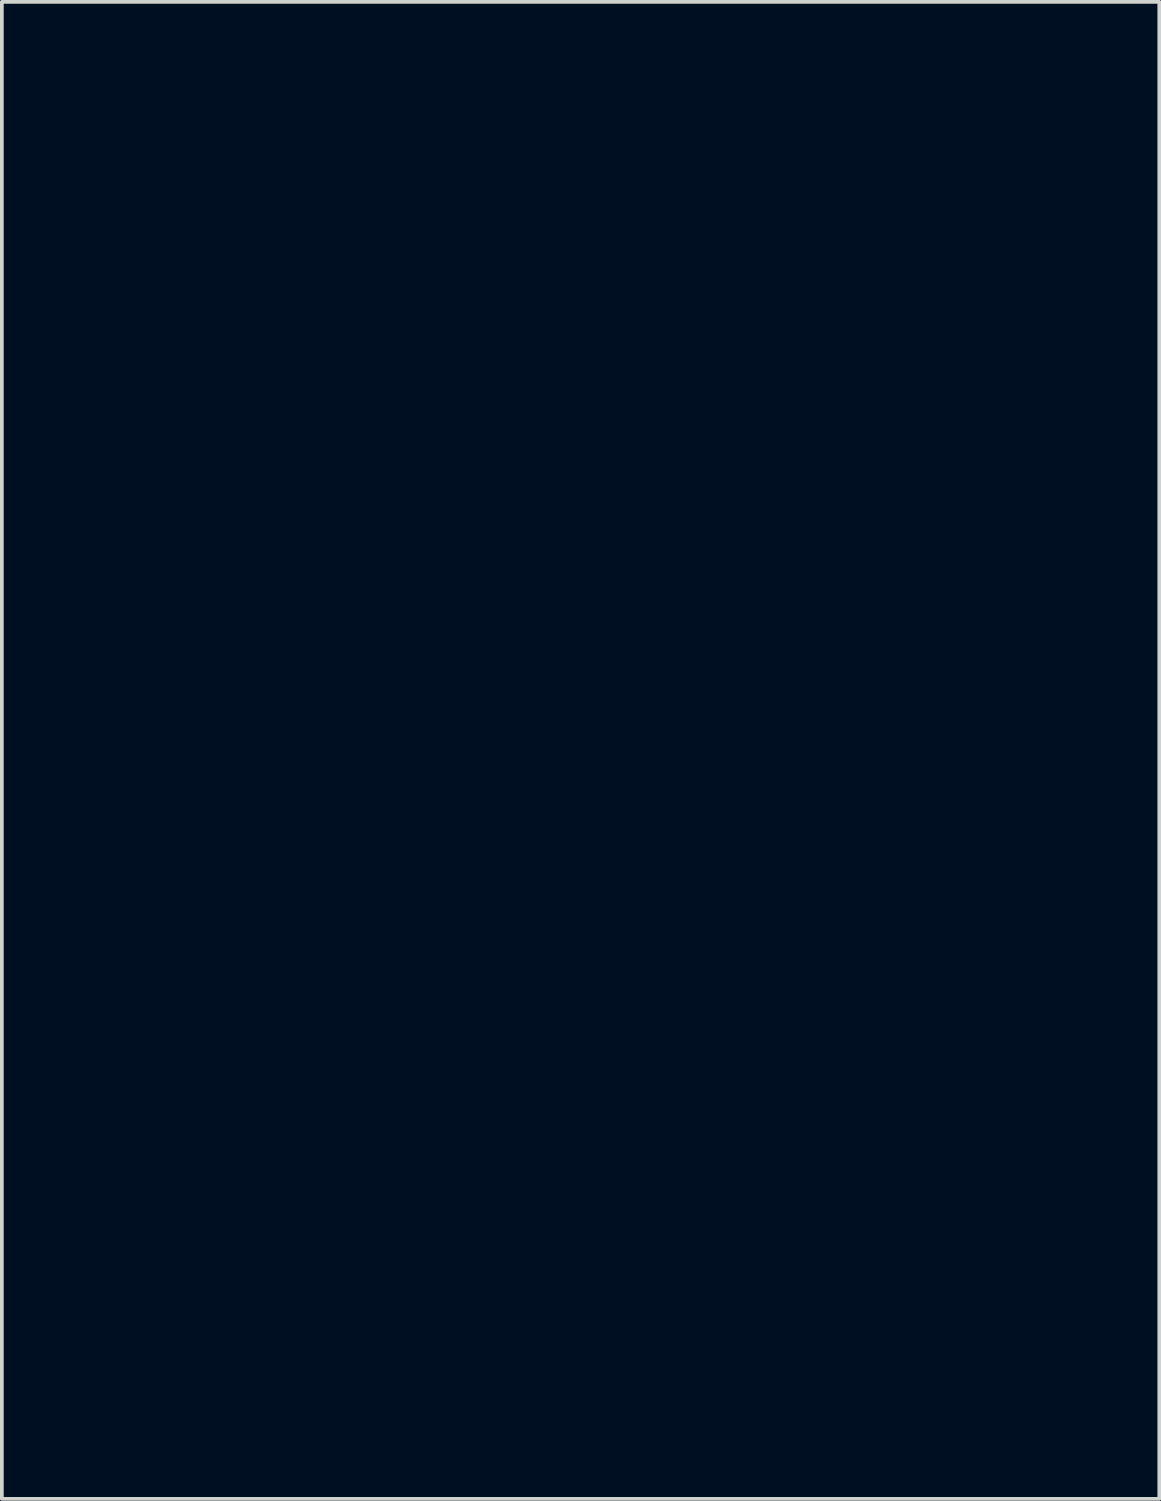
<source format=kicad_pcb>
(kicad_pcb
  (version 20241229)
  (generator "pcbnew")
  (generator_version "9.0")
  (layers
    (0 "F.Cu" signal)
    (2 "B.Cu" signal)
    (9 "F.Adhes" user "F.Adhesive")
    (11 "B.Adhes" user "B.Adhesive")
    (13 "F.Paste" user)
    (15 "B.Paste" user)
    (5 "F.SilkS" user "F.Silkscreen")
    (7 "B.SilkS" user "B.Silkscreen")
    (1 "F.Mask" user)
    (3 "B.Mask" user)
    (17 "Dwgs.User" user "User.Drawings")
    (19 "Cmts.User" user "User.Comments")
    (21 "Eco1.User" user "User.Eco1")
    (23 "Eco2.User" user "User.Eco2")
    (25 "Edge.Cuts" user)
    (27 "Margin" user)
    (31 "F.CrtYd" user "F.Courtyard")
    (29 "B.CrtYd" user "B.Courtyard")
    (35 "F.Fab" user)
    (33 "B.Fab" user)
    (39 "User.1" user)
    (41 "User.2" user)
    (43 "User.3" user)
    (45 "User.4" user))
  (footprint "key3copperfaceFMask"
    (layer "F.Cu")
    (at 12.598 17.136)
    (property "Reference" "key3copperfaceFMask" (at 0 0 0) (layer "F.Mask") (effects (font (size 1.524 1.524) (thickness 0.3))))
    (attr through_hole)
    (fp_poly (pts (xy 1.217 15.045) (xy 1.457 15.207) (xy 1.646 15.447) (xy 1.697 15.551) (xy 1.74 15.709) (xy 1.779 15.96) (xy 1.81 16.266) (xy 1.825 16.49) (xy 1.86 17.209) (xy 0.318 17.209) (xy 0.318 16.486) (xy 0.335 15.975) (xy 0.39 15.578) (xy 0.486 15.289) (xy 0.626 15.099) (xy 0.812 15.003) (xy 0.957 14.986) (xy 1.217 15.045)) (stroke (width 0.01) (type solid)) (fill yes) (layer "F.Mask"))
    (fp_poly (pts (xy -1.031 15.065) (xy -0.911 15.121) (xy -0.792 15.262) (xy -0.703 15.469) (xy -0.641 15.76) (xy -0.6 16.151) (xy -0.586 16.431) (xy -0.554 17.209) (xy -1.341 17.209) (xy -2.127 17.209) (xy -2.106 16.367) (xy -2.092 15.974) (xy -2.068 15.686) (xy -2.026 15.482) (xy -1.96 15.339) (xy -1.862 15.236) (xy -1.726 15.151) (xy -1.709 15.142) (xy -1.49 15.067) (xy -1.247 15.041) (xy -1.031 15.065)) (stroke (width 0.01) (type solid)) (fill yes) (layer "F.Mask"))
    (fp_poly (pts (xy -2.911 14.804) (xy -2.814 14.837) (xy -2.767 14.917) (xy -2.755 14.96) (xy -2.738 15.127) (xy -2.742 15.378) (xy -2.763 15.682) (xy -2.797 16.008) (xy -2.842 16.327) (xy -2.893 16.609) (xy -2.947 16.824) (xy -2.998 16.939) (xy -3.129 17.005) (xy -3.329 16.997) (xy -3.478 16.952) (xy -3.6 16.868) (xy -3.685 16.718) (xy -3.739 16.486) (xy -3.766 16.156) (xy -3.771 15.907) (xy -3.759 15.498) (xy -3.712 15.198) (xy -3.621 14.993) (xy -3.477 14.868) (xy -3.271 14.808) (xy -3.097 14.798) (xy -2.911 14.804)) (stroke (width 0.01) (type solid)) (fill yes) (layer "F.Mask"))
    (fp_poly (pts (xy 10.466 2.508) (xy 10.457 2.967) (xy 10.444 3.38) (xy 10.429 3.732) (xy 10.412 4.005) (xy 10.395 4.184) (xy 10.379 4.25) (xy 10.292 4.251) (xy 10.122 4.181) (xy 9.932 4.075) (xy 9.561 3.842) (xy 9.289 3.641) (xy 9.101 3.452) (xy 8.982 3.251) (xy 8.918 3.017) (xy 8.893 2.727) (xy 8.89 2.54) (xy 8.909 2.153) (xy 8.972 1.857) (xy 9.089 1.621) (xy 9.233 1.45) (xy 9.412 1.3) (xy 9.642 1.143) (xy 9.888 1) (xy 10.115 0.889) (xy 10.29 0.83) (xy 10.331 0.826) (xy 10.493 0.826) (xy 10.466 2.508)) (stroke (width 0.01) (type solid)) (fill yes) (layer "F.Mask"))
    (fp_poly (pts (xy 2.786 14.808) (xy 2.876 14.818) (xy 3.081 14.857) (xy 3.24 14.913) (xy 3.289 14.945) (xy 3.342 15.058) (xy 3.392 15.265) (xy 3.432 15.532) (xy 3.46 15.825) (xy 3.471 16.111) (xy 3.462 16.358) (xy 3.456 16.409) (xy 3.374 16.702) (xy 3.225 16.907) (xy 3.021 17.009) (xy 2.928 17.018) (xy 2.784 17.004) (xy 2.709 16.97) (xy 2.65 16.82) (xy 2.593 16.58) (xy 2.541 16.281) (xy 2.498 15.951) (xy 2.466 15.622) (xy 2.449 15.322) (xy 2.451 15.082) (xy 2.474 14.93) (xy 2.481 14.914) (xy 2.539 14.835) (xy 2.628 14.803) (xy 2.786 14.808)) (stroke (width 0.01) (type solid)) (fill yes) (layer "F.Mask"))
    (fp_poly (pts (xy 3.256 0.825) (xy 3.391 0.879) (xy 3.757 1.07) (xy 4.05 1.281) (xy 4.25 1.496) (xy 4.325 1.639) (xy 4.354 1.815) (xy 4.365 2.078) (xy 4.36 2.39) (xy 4.34 2.714) (xy 4.307 3.011) (xy 4.263 3.243) (xy 4.246 3.3) (xy 4.156 3.44) (xy 3.981 3.625) (xy 3.744 3.833) (xy 3.469 4.044) (xy 3.179 4.236) (xy 3.159 4.248) (xy 2.921 4.392) (xy 2.921 3.508) (xy 2.924 3.071) (xy 2.933 2.624) (xy 2.946 2.186) (xy 2.963 1.778) (xy 2.983 1.417) (xy 3.004 1.125) (xy 3.027 0.921) (xy 3.049 0.823) (xy 3.05 0.823) (xy 3.117 0.792) (xy 3.256 0.825)) (stroke (width 0.01) (type solid)) (fill yes) (layer "F.Mask"))
    (fp_poly (pts (xy 9.236 4.283) (xy 9.503 4.463) (xy 9.727 4.626) (xy 9.887 4.756) (xy 9.965 4.839) (xy 9.97 4.852) (xy 9.918 4.921) (xy 9.778 5.034) (xy 9.572 5.174) (xy 9.382 5.29) (xy 8.973 5.529) (xy 8.567 5.761) (xy 8.182 5.978) (xy 7.832 6.171) (xy 7.534 6.333) (xy 7.302 6.453) (xy 7.153 6.525) (xy 7.106 6.54) (xy 7.076 6.49) (xy 7.059 6.333) (xy 7.053 6.064) (xy 7.058 5.675) (xy 7.058 5.658) (xy 7.069 5.28) (xy 7.088 5.002) (xy 7.132 4.799) (xy 7.216 4.642) (xy 7.354 4.505) (xy 7.561 4.363) (xy 7.854 4.188) (xy 7.918 4.15) (xy 8.502 3.806) (xy 9.236 4.283)) (stroke (width 0.01) (type solid)) (fill yes) (layer "F.Mask"))
    (fp_poly (pts (xy -7.097 -1.801) (xy -7.066 -1.718) (xy -7.053 -1.541) (xy -7.056 -1.301) (xy -7.072 -1.027) (xy -7.099 -0.753) (xy -7.136 -0.507) (xy -7.179 -0.322) (xy -7.204 -0.261) (xy -7.319 -0.123) (xy -7.522 0.043) (xy -7.784 0.216) (xy -8.074 0.378) (xy -8.361 0.509) (xy -8.438 0.537) (xy -8.607 0.596) (xy -8.72 0.622) (xy -8.822 0.609) (xy -8.955 0.552) (xy -9.144 0.455) (xy -9.402 0.317) (xy -9.673 0.161) (xy -9.803 0.082) (xy -10.114 -0.112) (xy -9.327 -0.573) (xy -8.963 -0.787) (xy -8.56 -1.024) (xy -8.168 -1.253) (xy -7.852 -1.438) (xy -7.586 -1.588) (xy -7.357 -1.706) (xy -7.187 -1.781) (xy -7.1 -1.802) (xy -7.097 -1.801)) (stroke (width 0.01) (type solid)) (fill yes) (layer "F.Mask"))
    (fp_poly (pts (xy 5.44 4.204) (xy 5.7 4.373) (xy 5.943 4.543) (xy 6.134 4.688) (xy 6.195 4.739) (xy 6.302 4.841) (xy 6.366 4.932) (xy 6.399 5.046) (xy 6.41 5.218) (xy 6.41 5.47) (xy 6.395 5.921) (xy 6.359 6.247) (xy 6.301 6.448) (xy 6.222 6.524) (xy 6.128 6.502) (xy 5.955 6.427) (xy 5.734 6.314) (xy 5.62 6.251) (xy 5.352 6.093) (xy 5.047 5.904) (xy 4.727 5.7) (xy 4.412 5.494) (xy 4.123 5.299) (xy 3.881 5.13) (xy 3.707 5) (xy 3.624 4.927) (xy 3.571 4.805) (xy 3.576 4.739) (xy 3.641 4.673) (xy 3.793 4.559) (xy 4.009 4.414) (xy 4.257 4.259) (xy 4.905 3.868) (xy 5.44 4.204)) (stroke (width 0.01) (type solid)) (fill yes) (layer "F.Mask"))
    (fp_poly (pts (xy 6.396 -1.527) (xy 6.41 -1.351) (xy 6.408 -1.113) (xy 6.393 -0.845) (xy 6.365 -0.58) (xy 6.328 -0.35) (xy 6.284 -0.186) (xy 6.271 -0.159) (xy 6.178 -0.004) (xy 6.059 0.126) (xy 5.891 0.253) (xy 5.648 0.396) (xy 5.436 0.508) (xy 5.094 0.667) (xy 4.816 0.745) (xy 4.568 0.745) (xy 4.317 0.67) (xy 4.159 0.593) (xy 3.914 0.458) (xy 3.661 0.311) (xy 3.563 0.251) (xy 3.284 0.078) (xy 3.436 -0.019) (xy 3.652 -0.151) (xy 3.93 -0.315) (xy 4.254 -0.499) (xy 4.605 -0.696) (xy 4.966 -0.895) (xy 5.32 -1.088) (xy 5.649 -1.263) (xy 5.935 -1.412) (xy 6.162 -1.526) (xy 6.311 -1.595) (xy 6.364 -1.61) (xy 6.396 -1.527)) (stroke (width 0.01) (type solid)) (fill yes) (layer "F.Mask"))
    (fp_poly (pts (xy -8.262 3.883) (xy -8.028 3.99) (xy -7.96 4.026) (xy -7.62 4.214) (xy -7.377 4.384) (xy -7.215 4.561) (xy -7.117 4.774) (xy -7.068 5.05) (xy -7.051 5.415) (xy -7.05 5.567) (xy -7.055 5.894) (xy -7.076 6.111) (xy -7.115 6.235) (xy -7.175 6.283) (xy -7.198 6.285) (xy -7.283 6.257) (xy -7.45 6.18) (xy -7.672 6.068) (xy -7.811 5.995) (xy -8.105 5.83) (xy -8.428 5.637) (xy -8.759 5.429) (xy -9.078 5.22) (xy -9.366 5.022) (xy -9.603 4.85) (xy -9.769 4.716) (xy -9.841 4.637) (xy -9.86 4.554) (xy -9.815 4.467) (xy -9.693 4.365) (xy -9.481 4.236) (xy -9.168 4.071) (xy -8.872 3.929) (xy -8.647 3.851) (xy -8.456 3.836) (xy -8.262 3.883)) (stroke (width 0.01) (type solid)) (fill yes) (layer "F.Mask"))
    (fp_poly (pts (xy -2.969 0.625) (xy -2.947 0.708) (xy -2.928 0.897) (xy -2.913 1.168) (xy -2.901 1.502) (xy -2.893 1.875) (xy -2.889 2.267) (xy -2.889 2.656) (xy -2.893 3.019) (xy -2.901 3.336) (xy -2.915 3.584) (xy -2.933 3.741) (xy -2.938 3.762) (xy -3.03 3.899) (xy -3.198 3.937) (xy -3.437 3.878) (xy -3.544 3.83) (xy -3.791 3.678) (xy -4.036 3.475) (xy -4.248 3.252) (xy -4.397 3.04) (xy -4.443 2.933) (xy -4.486 2.68) (xy -4.504 2.357) (xy -4.497 2.017) (xy -4.465 1.712) (xy -4.447 1.62) (xy -4.369 1.422) (xy -4.224 1.24) (xy -3.996 1.059) (xy -3.667 0.865) (xy -3.506 0.783) (xy -3.259 0.665) (xy -3.099 0.608) (xy -3.004 0.605) (xy -2.969 0.625)) (stroke (width 0.01) (type solid)) (fill yes) (layer "F.Mask"))
    (fp_poly (pts (xy 7.14 -1.621) (xy 7.294 -1.538) (xy 7.521 -1.412) (xy 7.805 -1.254) (xy 8.127 -1.073) (xy 8.469 -0.88) (xy 8.812 -0.684) (xy 9.14 -0.497) (xy 9.434 -0.328) (xy 9.675 -0.188) (xy 9.846 -0.087) (xy 9.892 -0.059) (xy 10.003 0.041) (xy 10.018 0.148) (xy 9.93 0.272) (xy 9.733 0.421) (xy 9.461 0.582) (xy 9.144 0.758) (xy 8.912 0.877) (xy 8.737 0.941) (xy 8.591 0.952) (xy 8.446 0.913) (xy 8.275 0.825) (xy 8.052 0.692) (xy 7.791 0.526) (xy 7.546 0.354) (xy 7.355 0.204) (xy 7.303 0.155) (xy 7.08 -0.065) (xy 7.059 -0.858) (xy 7.054 -1.159) (xy 7.056 -1.407) (xy 7.064 -1.579) (xy 7.077 -1.65) (xy 7.078 -1.651) (xy 7.14 -1.621)) (stroke (width 0.01) (type solid)) (fill yes) (layer "F.Mask"))
    (fp_poly (pts (xy -6.203 -1.684) (xy -5.998 -1.599) (xy -5.729 -1.47) (xy -5.414 -1.307) (xy -5.071 -1.121) (xy -4.719 -0.922) (xy -4.377 -0.722) (xy -4.061 -0.529) (xy -3.79 -0.354) (xy -3.584 -0.209) (xy -3.458 -0.103) (xy -3.429 -0.056) (xy -3.474 0.039) (xy -3.54 0.107) (xy -3.676 0.197) (xy -3.881 0.31) (xy -4.124 0.431) (xy -4.37 0.545) (xy -4.588 0.637) (xy -4.745 0.69) (xy -4.791 0.697) (xy -4.91 0.667) (xy -5.099 0.59) (xy -5.317 0.482) (xy -5.321 0.48) (xy -5.695 0.266) (xy -5.968 0.072) (xy -6.157 -0.129) (xy -6.278 -0.362) (xy -6.351 -0.652) (xy -6.391 -1.027) (xy -6.397 -1.123) (xy -6.411 -1.402) (xy -6.412 -1.577) (xy -6.396 -1.672) (xy -6.361 -1.709) (xy -6.326 -1.714) (xy -6.203 -1.684)) (stroke (width 0.01) (type solid)) (fill yes) (layer "F.Mask"))
    (fp_poly (pts (xy -10.3 0.417) (xy -10.147 0.51) (xy -9.952 0.641) (xy -9.741 0.79) (xy -9.544 0.937) (xy -9.389 1.061) (xy -9.322 1.123) (xy -9.204 1.291) (xy -9.123 1.521) (xy -9.085 1.714) (xy -9.046 2.031) (xy -9.024 2.364) (xy -9.021 2.681) (xy -9.035 2.95) (xy -9.067 3.138) (xy -9.085 3.183) (xy -9.171 3.279) (xy -9.336 3.413) (xy -9.546 3.564) (xy -9.773 3.712) (xy -9.985 3.836) (xy -10.15 3.917) (xy -10.224 3.937) (xy -10.326 3.883) (xy -10.374 3.794) (xy -10.385 3.695) (xy -10.394 3.495) (xy -10.401 3.215) (xy -10.406 2.876) (xy -10.41 2.496) (xy -10.412 2.096) (xy -10.412 1.695) (xy -10.411 1.315) (xy -10.407 0.974) (xy -10.401 0.693) (xy -10.394 0.491) (xy -10.384 0.389) (xy -10.38 0.381) (xy -10.3 0.417)) (stroke (width 0.01) (type solid)) (fill yes) (layer "F.Mask"))
    (fp_poly (pts (xy -4.83 3.716) (xy -4.673 3.804) (xy -4.462 3.932) (xy -4.223 4.083) (xy -3.979 4.243) (xy -3.754 4.395) (xy -3.572 4.525) (xy -3.458 4.615) (xy -3.431 4.647) (xy -3.482 4.693) (xy -3.628 4.791) (xy -3.849 4.931) (xy -4.13 5.103) (xy -4.451 5.296) (xy -4.798 5.501) (xy -5.151 5.707) (xy -5.493 5.905) (xy -5.808 6.083) (xy -6.079 6.233) (xy -6.287 6.343) (xy -6.415 6.405) (xy -6.445 6.413) (xy -6.462 6.356) (xy -6.472 6.207) (xy -6.473 6.048) (xy -6.465 5.801) (xy -6.446 5.491) (xy -6.421 5.181) (xy -6.418 5.154) (xy -6.385 4.872) (xy -6.345 4.685) (xy -6.286 4.558) (xy -6.216 4.474) (xy -6.094 4.374) (xy -5.904 4.241) (xy -5.673 4.093) (xy -5.431 3.945) (xy -5.206 3.817) (xy -5.025 3.724) (xy -4.917 3.683) (xy -4.911 3.683) (xy -4.83 3.716)) (stroke (width 0.01) (type solid)) (fill yes) (layer "F.Mask"))
    (fp_poly (pts (xy 0.266 -5.697) (xy 0.318 -5.656) (xy 0.308 -5.58) (xy 0.283 -5.401) (xy 0.245 -5.142) (xy 0.197 -4.825) (xy 0.144 -4.473) (xy 0.088 -4.107) (xy 0.033 -3.752) (xy -0.018 -3.428) (xy -0.06 -3.159) (xy -0.092 -2.967) (xy -0.097 -2.937) (xy -0.142 -2.79) (xy -0.228 -2.735) (xy -0.285 -2.731) (xy -0.416 -2.751) (xy -0.471 -2.785) (xy -0.49 -2.862) (xy -0.525 -3.044) (xy -0.571 -3.313) (xy -0.626 -3.648) (xy -0.686 -4.028) (xy -0.697 -4.103) (xy -0.758 -4.5) (xy -0.815 -4.863) (xy -0.864 -5.172) (xy -0.902 -5.402) (xy -0.925 -5.532) (xy -0.926 -5.54) (xy -0.939 -5.663) (xy -0.882 -5.709) (xy -0.774 -5.715) (xy -0.67 -5.708) (xy -0.606 -5.667) (xy -0.565 -5.564) (xy -0.527 -5.37) (xy -0.518 -5.318) (xy -0.473 -5.041) (xy -0.43 -4.756) (xy -0.408 -4.604) (xy -0.371 -4.372) (xy -0.335 -4.252) (xy -0.299 -4.245) (xy -0.258 -4.355) (xy -0.212 -4.586) (xy -0.161 -4.917) (xy -0.045 -5.715) (xy 0.136 -5.715) (xy 0.266 -5.697)) (stroke (width 0.01) (type solid)) (fill yes) (layer "F.Mask"))
    (fp_poly (pts (xy 6.953 0.966) (xy 7.127 1.018) (xy 7.234 1.128) (xy 7.287 1.314) (xy 7.299 1.597) (xy 7.293 1.802) (xy 7.262 2.151) (xy 7.198 2.39) (xy 7.092 2.534) (xy 6.937 2.597) (xy 6.848 2.603) (xy 6.668 2.603) (xy 6.668 3.27) (xy 6.666 3.567) (xy 6.66 3.759) (xy 6.643 3.87) (xy 6.61 3.921) (xy 6.557 3.936) (xy 6.519 3.937) (xy 6.386 3.921) (xy 6.329 3.895) (xy 6.317 3.822) (xy 6.306 3.64) (xy 6.297 3.369) (xy 6.291 3.025) (xy 6.287 2.629) (xy 6.287 2.402) (xy 6.287 1.778) (xy 6.668 1.778) (xy 6.67 2.034) (xy 6.683 2.187) (xy 6.709 2.26) (xy 6.756 2.277) (xy 6.779 2.274) (xy 6.837 2.244) (xy 6.87 2.165) (xy 6.886 2.011) (xy 6.89 1.778) (xy 6.885 1.53) (xy 6.868 1.382) (xy 6.833 1.308) (xy 6.779 1.282) (xy 6.724 1.285) (xy 6.69 1.335) (xy 6.673 1.456) (xy 6.668 1.673) (xy 6.668 1.778) (xy 6.287 1.778) (xy 6.287 0.953) (xy 6.698 0.953) (xy 6.953 0.966)) (stroke (width 0.01) (type solid)) (fill yes) (layer "F.Mask"))
    (fp_poly (pts (xy 0.202 -17.094) (xy 0.696 -17.011) (xy 1.254 -16.882) (xy 1.902 -16.704) (xy 1.929 -16.697) (xy 2.241 -16.602) (xy 2.571 -16.492) (xy 2.899 -16.376) (xy 3.201 -16.262) (xy 3.457 -16.158) (xy 3.643 -16.073) (xy 3.739 -16.015) (xy 3.747 -16.002) (xy 3.692 -15.951) (xy 3.547 -15.871) (xy 3.341 -15.773) (xy 3.104 -15.671) (xy 2.866 -15.579) (xy 2.655 -15.508) (xy 2.586 -15.49) (xy 2.39 -15.461) (xy 2.146 -15.462) (xy 1.842 -15.498) (xy 1.462 -15.568) (xy 0.994 -15.677) (xy 0.423 -15.825) (xy 0.289 -15.862) (xy -0.597 -16.104) (xy -1.616 -15.793) (xy -2.104 -15.648) (xy -2.495 -15.544) (xy -2.814 -15.48) (xy -3.084 -15.455) (xy -3.329 -15.468) (xy -3.572 -15.519) (xy -3.837 -15.606) (xy -4.054 -15.69) (xy -4.322 -15.803) (xy -4.522 -15.902) (xy -4.637 -15.975) (xy -4.655 -16.008) (xy -4.551 -16.07) (xy -4.345 -16.16) (xy -4.06 -16.268) (xy -3.715 -16.39) (xy -3.331 -16.516) (xy -2.931 -16.641) (xy -2.534 -16.757) (xy -2.231 -16.839) (xy -1.662 -16.976) (xy -1.161 -17.071) (xy -0.7 -17.123) (xy -0.255 -17.131) (xy 0.202 -17.094)) (stroke (width 0.01) (type solid)) (fill yes) (layer "F.Mask"))
    (fp_poly (pts (xy -6.527 0.657) (xy -6.37 0.739) (xy -6.281 0.9) (xy -6.239 1.163) (xy -6.237 1.189) (xy -6.226 1.408) (xy -6.241 1.538) (xy -6.291 1.621) (xy -6.357 1.674) (xy -6.48 1.75) (xy -6.552 1.778) (xy -6.578 1.72) (xy -6.602 1.569) (xy -6.617 1.381) (xy -6.636 1.152) (xy -6.669 1.027) (xy -6.722 0.985) (xy -6.731 0.984) (xy -6.766 1.001) (xy -6.793 1.064) (xy -6.812 1.188) (xy -6.826 1.39) (xy -6.836 1.686) (xy -6.844 2.093) (xy -6.844 2.093) (xy -6.848 2.46) (xy -6.848 2.785) (xy -6.845 3.045) (xy -6.838 3.22) (xy -6.83 3.283) (xy -6.755 3.334) (xy -6.702 3.326) (xy -6.635 3.251) (xy -6.606 3.08) (xy -6.604 2.98) (xy -6.591 2.774) (xy -6.545 2.657) (xy -6.481 2.606) (xy -6.352 2.55) (xy -6.274 2.566) (xy -6.236 2.67) (xy -6.223 2.879) (xy -6.223 2.956) (xy -6.23 3.195) (xy -6.259 3.35) (xy -6.32 3.462) (xy -6.379 3.527) (xy -6.578 3.651) (xy -6.808 3.683) (xy -7.023 3.623) (xy -7.112 3.556) (xy -7.156 3.505) (xy -7.188 3.438) (xy -7.211 3.338) (xy -7.225 3.186) (xy -7.234 2.965) (xy -7.238 2.655) (xy -7.239 2.239) (xy -7.239 2.173) (xy -7.237 1.692) (xy -7.229 1.323) (xy -7.21 1.052) (xy -7.175 0.863) (xy -7.12 0.742) (xy -7.041 0.673) (xy -6.933 0.643) (xy -6.791 0.635) (xy -6.771 0.635) (xy -6.527 0.657)) (stroke (width 0.01) (type solid)) (fill yes) (layer "F.Mask")))
  (gr_rect
    (start -3 -3)
    (end 28.197 37.35)
    (stroke (width 0.1) (type default))
    (fill no)
    (layer "Edge.Cuts")))
</source>
